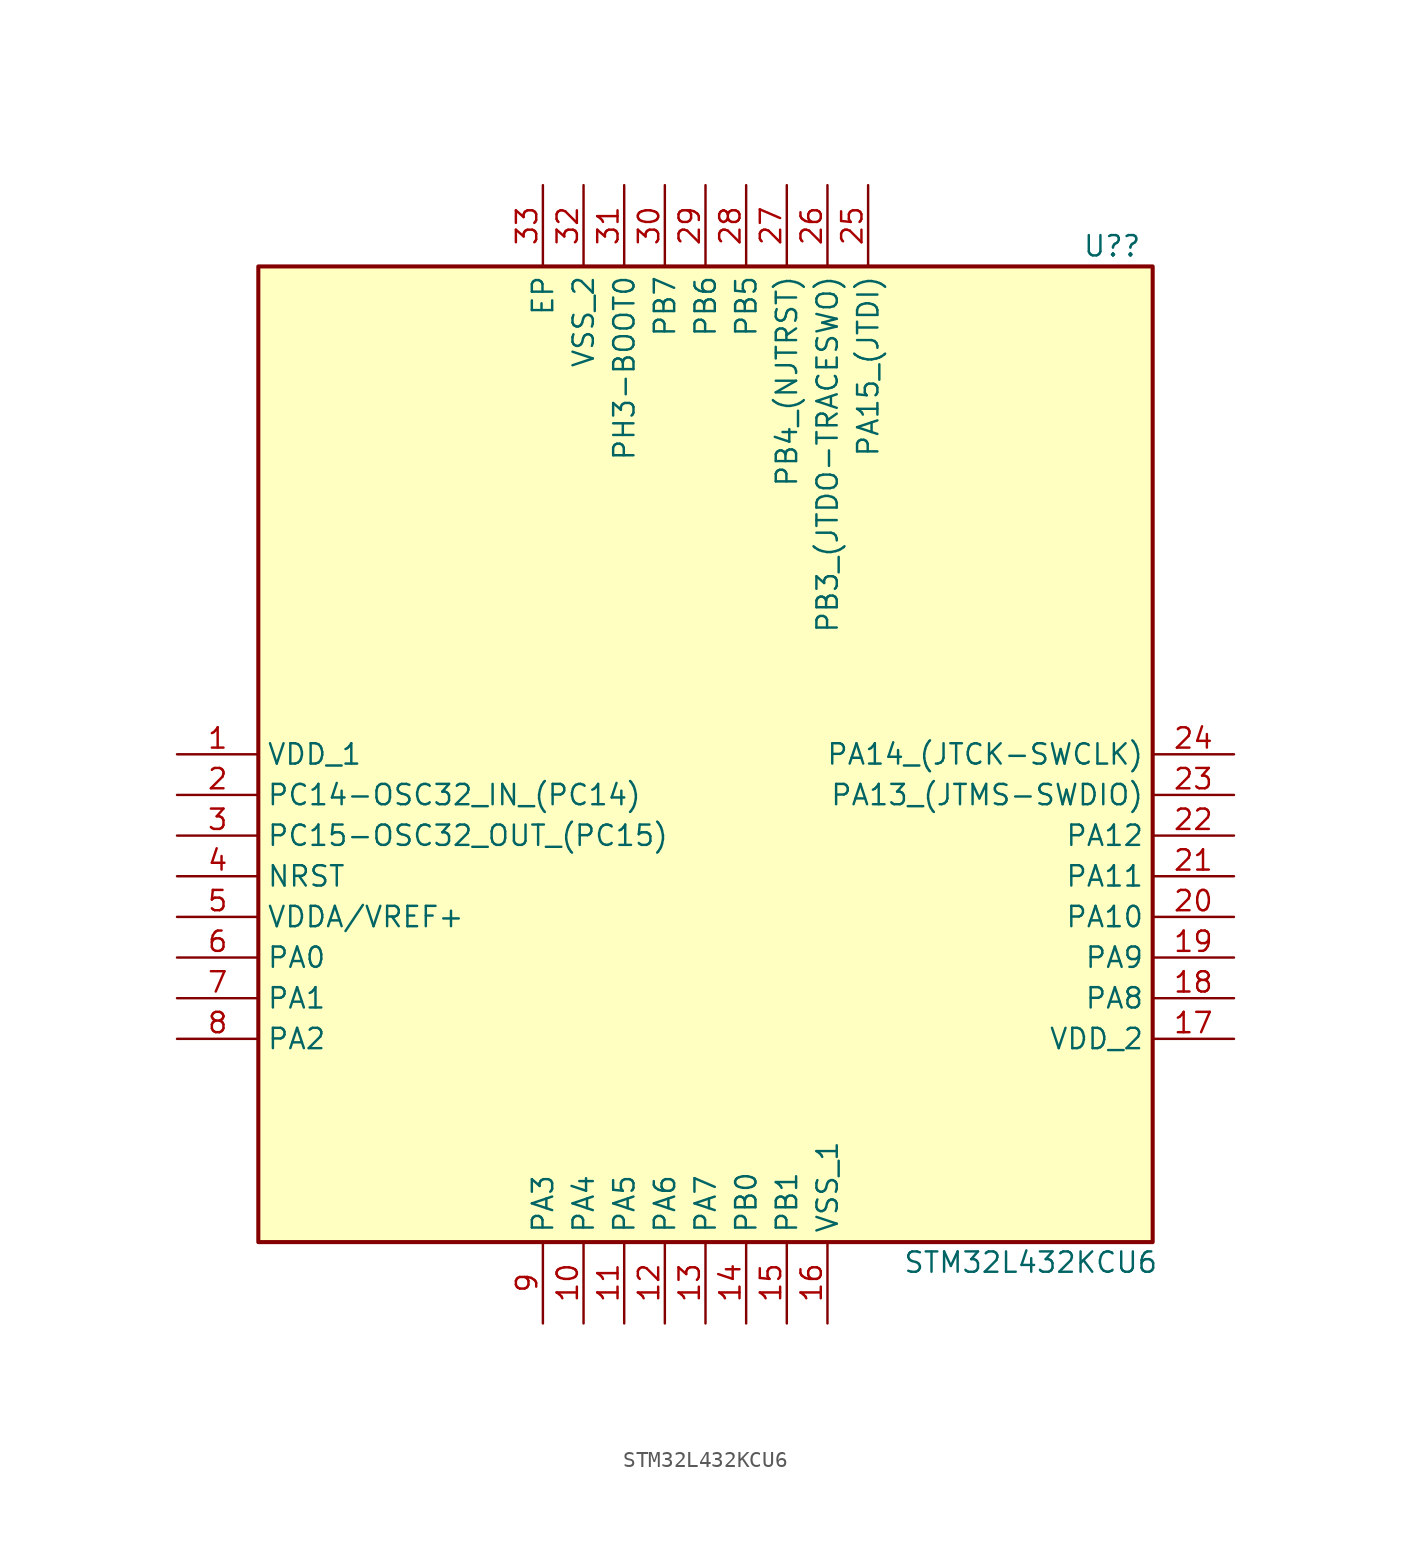
<source format=kicad_sym>
(kicad_symbol_lib
  (version 20211014)
  (generator kicad_symbol_editor)
  (symbol "STM32L432KCU6"
    (property "Reference" "U?"
      (at 58.42 31.75 0)
      (effects (font (size 1.27 1.27))))
    (property "Value" "STM32L432KCU6"
      (at 53.34 -31.75 0)
      (effects (font (size 1.27 1.27))))
    (symbol "STM32L432KCU6_1_1"
      (rectangle (start 5.08 30.48) (end 60.96 -30.48) (stroke (width 0.254) (type default) (color 0 0 0 0)) (fill (type background)))
      (pin power_in line (at 0 0 0) (length 5.08) (name "VDD_1" (effects (font (size 1.27 1.27)))) (number "1" (effects (font (size 1.27 1.27)))))
      (pin passive line (at 25.4 -35.56 90) (length 5.08) (name "PA4" (effects (font (size 1.27 1.27)))) (number "10" (effects (font (size 1.27 1.27)))))
      (pin passive line (at 27.94 -35.56 90) (length 5.08) (name "PA5" (effects (font (size 1.27 1.27)))) (number "11" (effects (font (size 1.27 1.27)))))
      (pin passive line (at 30.48 -35.56 90) (length 5.08) (name "PA6" (effects (font (size 1.27 1.27)))) (number "12" (effects (font (size 1.27 1.27)))))
      (pin passive line (at 33.02 -35.56 90) (length 5.08) (name "PA7" (effects (font (size 1.27 1.27)))) (number "13" (effects (font (size 1.27 1.27)))))
      (pin passive line (at 35.56 -35.56 90) (length 5.08) (name "PB0" (effects (font (size 1.27 1.27)))) (number "14" (effects (font (size 1.27 1.27)))))
      (pin passive line (at 38.1 -35.56 90) (length 5.08) (name "PB1" (effects (font (size 1.27 1.27)))) (number "15" (effects (font (size 1.27 1.27)))))
      (pin power_in line (at 40.64 -35.56 90) (length 5.08) (name "VSS_1" (effects (font (size 1.27 1.27)))) (number "16" (effects (font (size 1.27 1.27)))))
      (pin power_in line (at 66.04 -17.78 180) (length 5.08) (name "VDD_2" (effects (font (size 1.27 1.27)))) (number "17" (effects (font (size 1.27 1.27)))))
      (pin passive line (at 66.04 -15.24 180) (length 5.08) (name "PA8" (effects (font (size 1.27 1.27)))) (number "18" (effects (font (size 1.27 1.27)))))
      (pin passive line (at 66.04 -12.7 180) (length 5.08) (name "PA9" (effects (font (size 1.27 1.27)))) (number "19" (effects (font (size 1.27 1.27)))))
      (pin passive line (at 0 -2.54 0) (length 5.08) (name "PC14-OSC32_IN_(PC14)" (effects (font (size 1.27 1.27)))) (number "2" (effects (font (size 1.27 1.27)))))
      (pin passive line (at 66.04 -10.16 180) (length 5.08) (name "PA10" (effects (font (size 1.27 1.27)))) (number "20" (effects (font (size 1.27 1.27)))))
      (pin passive line (at 66.04 -7.62 180) (length 5.08) (name "PA11" (effects (font (size 1.27 1.27)))) (number "21" (effects (font (size 1.27 1.27)))))
      (pin passive line (at 66.04 -5.08 180) (length 5.08) (name "PA12" (effects (font (size 1.27 1.27)))) (number "22" (effects (font (size 1.27 1.27)))))
      (pin passive line (at 66.04 -2.54 180) (length 5.08) (name "PA13_(JTMS-SWDIO)" (effects (font (size 1.27 1.27)))) (number "23" (effects (font (size 1.27 1.27)))))
      (pin passive line (at 66.04 0 180) (length 5.08) (name "PA14_(JTCK-SWCLK)" (effects (font (size 1.27 1.27)))) (number "24" (effects (font (size 1.27 1.27)))))
      (pin passive line (at 43.18 35.56 270) (length 5.08) (name "PA15_(JTDI)" (effects (font (size 1.27 1.27)))) (number "25" (effects (font (size 1.27 1.27)))))
      (pin passive line (at 40.64 35.56 270) (length 5.08) (name "PB3_(JTDO-TRACESWO)" (effects (font (size 1.27 1.27)))) (number "26" (effects (font (size 1.27 1.27)))))
      (pin passive line (at 38.1 35.56 270) (length 5.08) (name "PB4_(NJTRST)" (effects (font (size 1.27 1.27)))) (number "27" (effects (font (size 1.27 1.27)))))
      (pin passive line (at 35.56 35.56 270) (length 5.08) (name "PB5" (effects (font (size 1.27 1.27)))) (number "28" (effects (font (size 1.27 1.27)))))
      (pin passive line (at 33.02 35.56 270) (length 5.08) (name "PB6" (effects (font (size 1.27 1.27)))) (number "29" (effects (font (size 1.27 1.27)))))
      (pin passive line (at 0 -5.08 0) (length 5.08) (name "PC15-OSC32_OUT_(PC15)" (effects (font (size 1.27 1.27)))) (number "3" (effects (font (size 1.27 1.27)))))
      (pin passive line (at 30.48 35.56 270) (length 5.08) (name "PB7" (effects (font (size 1.27 1.27)))) (number "30" (effects (font (size 1.27 1.27)))))
      (pin passive line (at 27.94 35.56 270) (length 5.08) (name "PH3-BOOT0" (effects (font (size 1.27 1.27)))) (number "31" (effects (font (size 1.27 1.27)))))
      (pin power_in line (at 25.4 35.56 270) (length 5.08) (name "VSS_2" (effects (font (size 1.27 1.27)))) (number "32" (effects (font (size 1.27 1.27)))))
      (pin passive line (at 22.86 35.56 270) (length 5.08) (name "EP" (effects (font (size 1.27 1.27)))) (number "33" (effects (font (size 1.27 1.27)))))
      (pin passive line (at 0 -7.62 0) (length 5.08) (name "NRST" (effects (font (size 1.27 1.27)))) (number "4" (effects (font (size 1.27 1.27)))))
      (pin power_in line (at 0 -10.16 0) (length 5.08) (name "VDDA/VREF+" (effects (font (size 1.27 1.27)))) (number "5" (effects (font (size 1.27 1.27)))))
      (pin passive line (at 0 -12.7 0) (length 5.08) (name "PA0" (effects (font (size 1.27 1.27)))) (number "6" (effects (font (size 1.27 1.27)))))
      (pin passive line (at 0 -15.24 0) (length 5.08) (name "PA1" (effects (font (size 1.27 1.27)))) (number "7" (effects (font (size 1.27 1.27)))))
      (pin passive line (at 0 -17.78 0) (length 5.08) (name "PA2" (effects (font (size 1.27 1.27)))) (number "8" (effects (font (size 1.27 1.27)))))
      (pin passive line (at 22.86 -35.56 90) (length 5.08) (name "PA3" (effects (font (size 1.27 1.27)))) (number "9" (effects (font (size 1.27 1.27))))))))
</source>
